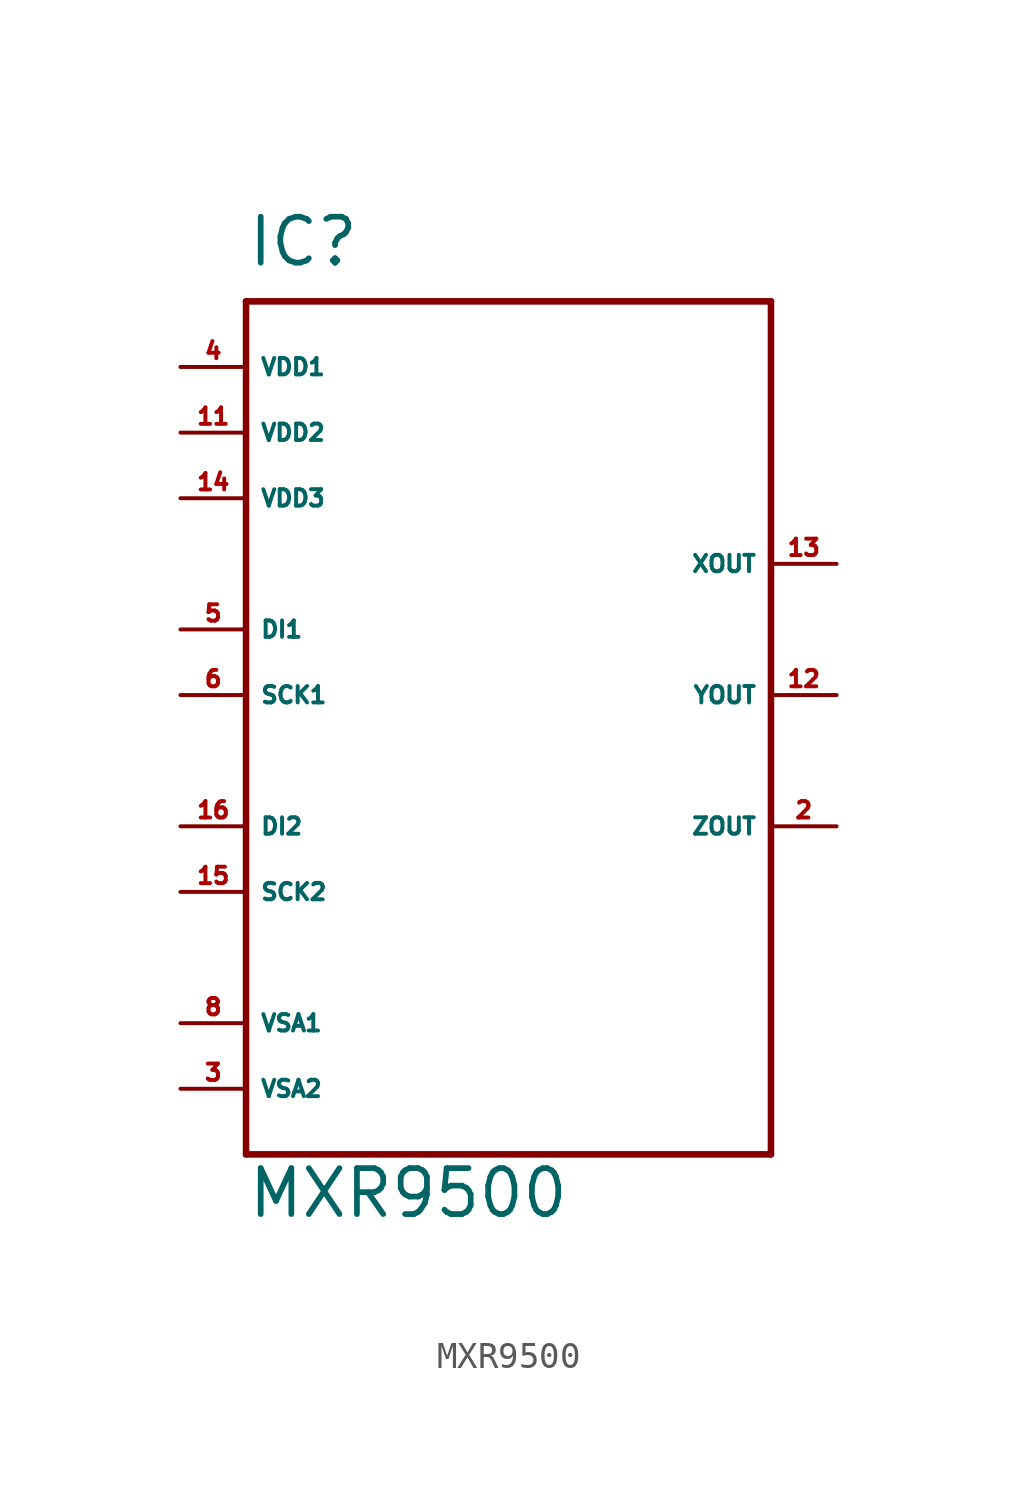
<source format=kicad_sym>
(kicad_symbol_lib
  (version 20220914)
  (generator Eagle2Kicad)
  (symbol "MXR9500"
    (property "Reference" "IC"
      (at -10.16 16.51 0)
      (effects (font (size 1.778 1.778) (thickness 0.22)) (justify left bottom)))
    (property "Value" "MXR9500"
      (at -10.16 -20.32 0)
      (effects (font (size 1.778 1.778) (thickness 0.22)) (justify left bottom)))
    (polyline
      (pts (xy -10.16 15.24) (xy 10.16 15.24))
      (stroke (width 0.254) (type default))
      (fill (type none)))
    (polyline
      (pts (xy 10.16 15.24) (xy 10.16 -17.78))
      (stroke (width 0.254) (type default))
      (fill (type none)))
    (polyline
      (pts (xy 10.16 -17.78) (xy -10.16 -17.78))
      (stroke (width 0.254) (type default))
      (fill (type none)))
    (polyline
      (pts (xy -10.16 -17.78) (xy -10.16 15.24))
      (stroke (width 0.254) (type default))
      (fill (type none)))
    (pin output line
      (at 12.7 5.08 180)
      (length 2.54)
      (name "XOUT" (effects (font (size 0.635 0.635) (thickness 0.08)) (justify left bottom)))
      (number "13" (effects (font (size 0.635 0.635) (thickness 0.08)) (justify left bottom))))
    (pin output line
      (at 12.7 0 180)
      (length 2.54)
      (name "YOUT" (effects (font (size 0.635 0.635) (thickness 0.08)) (justify left bottom)))
      (number "12" (effects (font (size 0.635 0.635) (thickness 0.08)) (justify left bottom))))
    (pin output line
      (at 12.7 -5.08 180)
      (length 2.54)
      (name "ZOUT" (effects (font (size 0.635 0.635) (thickness 0.08)) (justify left bottom)))
      (number "2" (effects (font (size 0.635 0.635) (thickness 0.08)) (justify left bottom))))
    (pin output line
      (at -12.7 -12.7 0)
      (length 2.54)
      (name "VSA1" (effects (font (size 0.635 0.635) (thickness 0.08)) (justify left bottom)))
      (number "8" (effects (font (size 0.635 0.635) (thickness 0.08)) (justify left bottom))))
    (pin output line
      (at -12.7 -15.24 0)
      (length 2.54)
      (name "VSA2" (effects (font (size 0.635 0.635) (thickness 0.08)) (justify left bottom)))
      (number "3" (effects (font (size 0.635 0.635) (thickness 0.08)) (justify left bottom))))
    (pin input line
      (at -12.7 2.54 0)
      (length 2.54)
      (name "DI1" (effects (font (size 0.635 0.635) (thickness 0.08)) (justify left bottom)))
      (number "5" (effects (font (size 0.635 0.635) (thickness 0.08)) (justify left bottom))))
    (pin input line
      (at -12.7 -5.08 0)
      (length 2.54)
      (name "DI2" (effects (font (size 0.635 0.635) (thickness 0.08)) (justify left bottom)))
      (number "16" (effects (font (size 0.635 0.635) (thickness 0.08)) (justify left bottom))))
    (pin input line
      (at -12.7 0 0)
      (length 2.54)
      (name "SCK1" (effects (font (size 0.635 0.635) (thickness 0.08)) (justify left bottom)))
      (number "6" (effects (font (size 0.635 0.635) (thickness 0.08)) (justify left bottom))))
    (pin input line
      (at -12.7 -7.62 0)
      (length 2.54)
      (name "SCK2" (effects (font (size 0.635 0.635) (thickness 0.08)) (justify left bottom)))
      (number "15" (effects (font (size 0.635 0.635) (thickness 0.08)) (justify left bottom))))
    (pin input line
      (at -12.7 12.7 0)
      (length 2.54)
      (name "VDD1" (effects (font (size 0.635 0.635) (thickness 0.08)) (justify left bottom)))
      (number "4" (effects (font (size 0.635 0.635) (thickness 0.08)) (justify left bottom))))
    (pin input line
      (at -12.7 10.16 0)
      (length 2.54)
      (name "VDD2" (effects (font (size 0.635 0.635) (thickness 0.08)) (justify left bottom)))
      (number "11" (effects (font (size 0.635 0.635) (thickness 0.08)) (justify left bottom))))
    (pin input line
      (at -12.7 7.62 0)
      (length 2.54)
      (name "VDD3" (effects (font (size 0.635 0.635) (thickness 0.08)) (justify left bottom)))
      (number "14" (effects (font (size 0.635 0.635) (thickness 0.08)) (justify left bottom))))))
</source>
